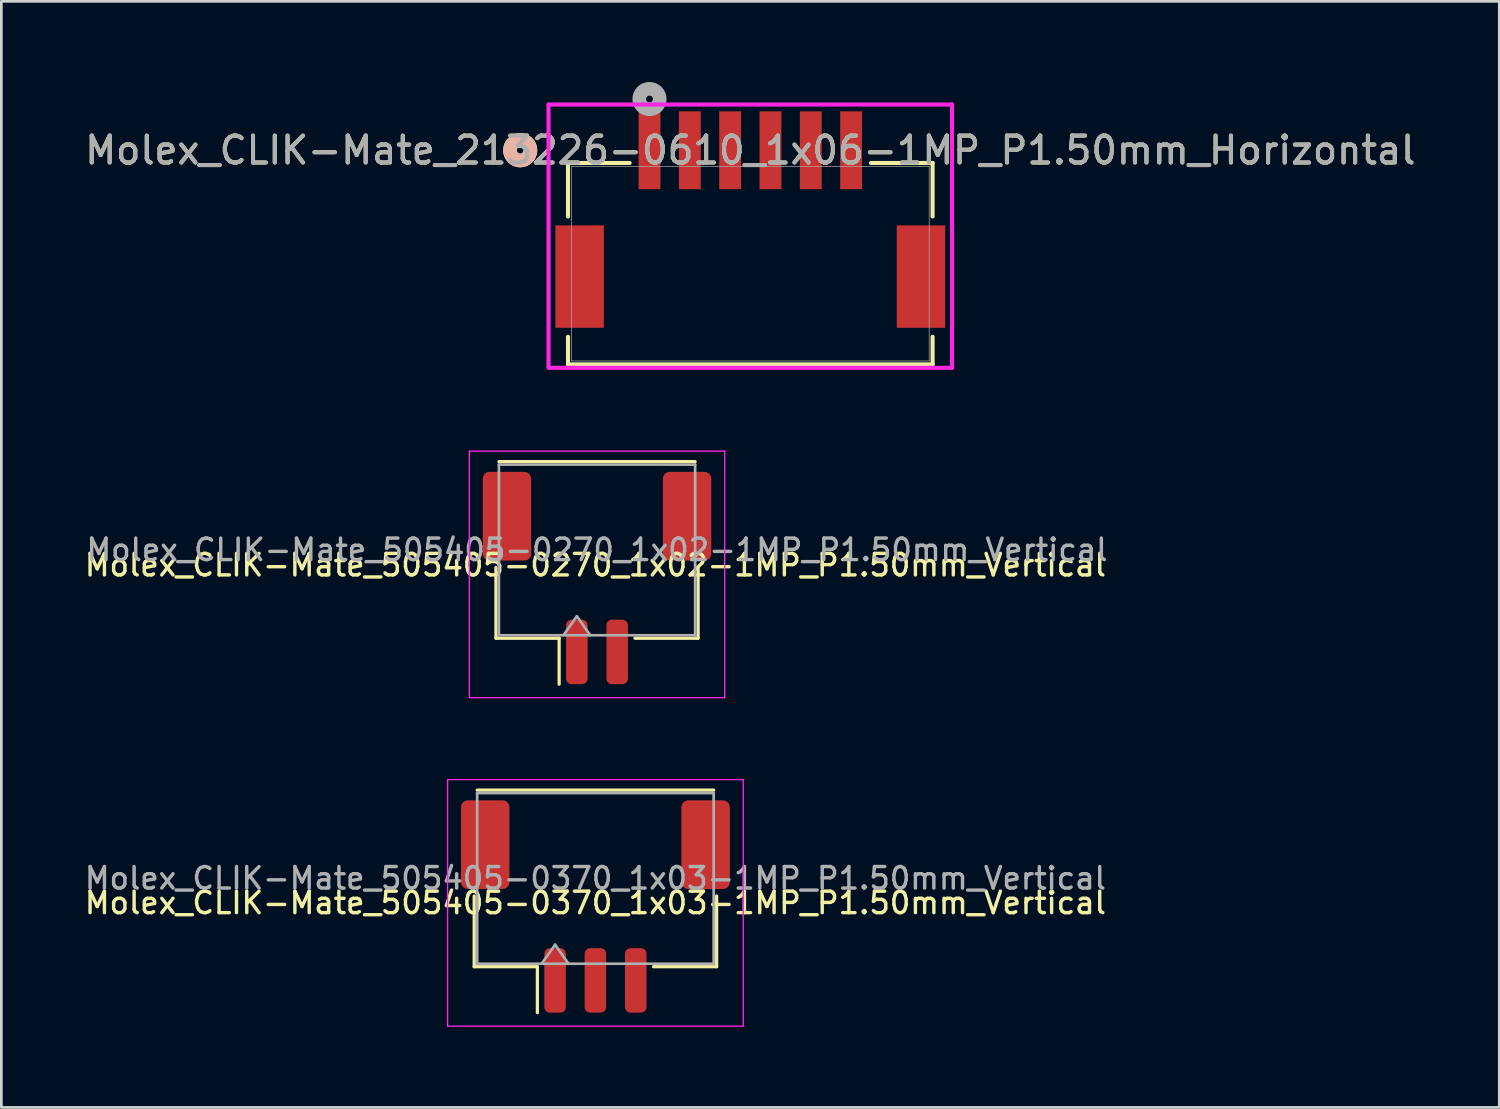
<source format=kicad_pcb>
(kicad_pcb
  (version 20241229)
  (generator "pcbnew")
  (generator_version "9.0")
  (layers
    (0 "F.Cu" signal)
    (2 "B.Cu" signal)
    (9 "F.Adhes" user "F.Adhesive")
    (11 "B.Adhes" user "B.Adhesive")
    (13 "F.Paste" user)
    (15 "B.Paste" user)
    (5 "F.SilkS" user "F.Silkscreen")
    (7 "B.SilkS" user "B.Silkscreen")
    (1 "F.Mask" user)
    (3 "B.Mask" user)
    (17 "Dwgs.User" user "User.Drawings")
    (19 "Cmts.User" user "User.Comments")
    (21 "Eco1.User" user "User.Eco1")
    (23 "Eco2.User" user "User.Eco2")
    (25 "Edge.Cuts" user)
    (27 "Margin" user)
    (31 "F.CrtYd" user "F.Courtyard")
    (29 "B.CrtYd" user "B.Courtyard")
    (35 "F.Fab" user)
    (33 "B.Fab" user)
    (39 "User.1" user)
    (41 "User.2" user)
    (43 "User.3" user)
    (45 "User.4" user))
  (footprint "Molex_CLIK-Mate_505405-0270_1x02-1MP_P1.50mm_Vertical"
    (layer "F.Cu")
    (at 19.161 18.454)
    (property "Reference" "Molex_CLIK-Mate_505405-0270_1x02-1MP_P1.50mm_Vertical" (at -0.06 -0.48 180) (layer "F.SilkS") (effects (font (size 0.8 0.8) (thickness 0.127))))
    (attr smd)
    (fp_line (start -3.76 -0.39) (end -3.76 2.24) (stroke (width 0.12) (type solid)) (layer "F.SilkS"))
    (fp_line (start -3.76 2.24) (end -1.41 2.24) (stroke (width 0.12) (type solid)) (layer "F.SilkS"))
    (fp_line (start -3.65 -4.33) (end 3.65 -4.33) (stroke (width 0.12) (type solid)) (layer "F.SilkS"))
    (fp_line (start -1.41 2.24) (end -1.41 3.95) (stroke (width 0.12) (type solid)) (layer "F.SilkS"))
    (fp_line (start 3.76 -0.39) (end 3.76 2.24) (stroke (width 0.12) (type solid)) (layer "F.SilkS"))
    (fp_line (start 3.76 2.24) (end 1.41 2.24) (stroke (width 0.12) (type solid)) (layer "F.SilkS"))
    (fp_line (start -4.75 -4.72) (end -4.75 4.45) (stroke (width 0.05) (type solid)) (layer "F.CrtYd"))
    (fp_line (start -4.75 4.45) (end 4.75 4.45) (stroke (width 0.05) (type solid)) (layer "F.CrtYd"))
    (fp_line (start 4.75 -4.72) (end -4.75 -4.72) (stroke (width 0.05) (type solid)) (layer "F.CrtYd"))
    (fp_line (start 4.75 4.45) (end 4.75 -4.72) (stroke (width 0.05) (type solid)) (layer "F.CrtYd"))
    (fp_line (start -3.65 -4.22) (end 3.65 -4.22) (stroke (width 0.1) (type solid)) (layer "F.Fab"))
    (fp_line (start -3.65 2.13) (end -3.65 -4.22) (stroke (width 0.1) (type solid)) (layer "F.Fab"))
    (fp_line (start -3.65 2.13) (end 3.65 2.13) (stroke (width 0.1) (type solid)) (layer "F.Fab"))
    (fp_line (start -1.25 2.13) (end -0.75 1.423) (stroke (width 0.1) (type solid)) (layer "F.Fab"))
    (fp_line (start -0.75 1.423) (end -0.25 2.13) (stroke (width 0.1) (type solid)) (layer "F.Fab"))
    (fp_line (start 3.65 2.13) (end 3.65 -4.22) (stroke (width 0.1) (type solid)) (layer "F.Fab"))
    (fp_text user "${REFERENCE}" (at 0 -1.05 180) (layer "F.Fab") (effects (font (size 0.8 0.8) (thickness 0.127))))
    (pad "1" smd roundrect (at -0.75 2.75) (size 0.8 2.4) (layers "F.Cu" "F.Mask" "F.Paste") (roundrect_rratio 0.25))
    (pad "2" smd roundrect (at 0.75 2.75) (size 0.8 2.4) (layers "F.Cu" "F.Mask" "F.Paste") (roundrect_rratio 0.25))
    (pad "MP" smd roundrect (at -3.35 -2.3) (size 1.8 3.3) (layers "F.Cu" "F.Mask" "F.Paste") (roundrect_rratio 0.139))
    (pad "MP" smd roundrect (at 3.35 -2.3) (size 1.8 3.3) (layers "F.Cu" "F.Mask" "F.Paste") (roundrect_rratio 0.139)))
  (footprint "Molex_CLIK-Mate_213226-0610_1x06-1MP_P1.50mm_Horizontal"
    (layer "F.Cu")
    (at 24.863 6.76)
    (property "Reference" "Molex_CLIK-Mate_213226-0610_1x06-1MP_P1.50mm_Horizontal" (at 0 -4.22 0) (unlocked yes) (layer "F.SilkS") (effects (font (size 1 1) (thickness 0.15))))
    (attr smd)
    (fp_line (start -6.782 -3.747) (end -6.782 -1.757) (stroke (width 0.152) (type solid)) (layer "F.SilkS"))
    (fp_line (start -6.782 2.718) (end -6.782 3.746) (stroke (width 0.152) (type solid)) (layer "F.SilkS"))
    (fp_line (start -6.782 3.746) (end 6.782 3.746) (stroke (width 0.152) (type solid)) (layer "F.SilkS"))
    (fp_line (start -4.489 -3.747) (end -6.782 -3.747) (stroke (width 0.152) (type solid)) (layer "F.SilkS"))
    (fp_line (start 6.782 -3.747) (end 4.489 -3.747) (stroke (width 0.152) (type solid)) (layer "F.SilkS"))
    (fp_line (start 6.782 -1.757) (end 6.782 -3.747) (stroke (width 0.152) (type solid)) (layer "F.SilkS"))
    (fp_line (start 6.782 3.746) (end 6.782 2.718) (stroke (width 0.152) (type solid)) (layer "F.SilkS"))
    (fp_circle (center -8.56 -4.22) (end -8.179 -4.22) (stroke (width 0.508) (type solid)) (fill no) (layer "F.SilkS"))
    (fp_circle (center -8.56 -4.22) (end -8.179 -4.22) (stroke (width 0.508) (type solid)) (fill no) (layer "B.SilkS"))
    (fp_line (start -7.506 -5.921) (end -7.506 3.873) (stroke (width 0.152) (type solid)) (layer "F.CrtYd"))
    (fp_line (start -7.506 3.873) (end 7.506 3.873) (stroke (width 0.152) (type solid)) (layer "F.CrtYd"))
    (fp_line (start 7.506 -5.921) (end -7.506 -5.921) (stroke (width 0.152) (type solid)) (layer "F.CrtYd"))
    (fp_line (start 7.506 3.873) (end 7.506 -5.921) (stroke (width 0.152) (type solid)) (layer "F.CrtYd"))
    (fp_line (start -6.655 -3.62) (end -6.655 3.619) (stroke (width 0.025) (type solid)) (layer "F.Fab"))
    (fp_line (start -6.655 3.619) (end 6.655 3.619) (stroke (width 0.025) (type solid)) (layer "F.Fab"))
    (fp_line (start 6.655 -3.62) (end -6.655 -3.62) (stroke (width 0.025) (type solid)) (layer "F.Fab"))
    (fp_line (start 6.655 3.619) (end 6.655 -3.62) (stroke (width 0.025) (type solid)) (layer "F.Fab"))
    (fp_circle (center -3.75 -6.125) (end -3.369 -6.125) (stroke (width 0.508) (type solid)) (fill no) (layer "F.Fab"))
    (fp_text user "${REFERENCE}" (at 0 -4.22 0) (unlocked yes) (layer "F.Fab") (effects (font (size 1 1) (thickness 0.15))))
    (pad "1" smd rect (at -3.75 -4.22) (size 0.813 2.896) (layers "F.Cu" "F.Mask" "F.Paste"))
    (pad "2" smd rect (at -2.25 -4.22) (size 0.813 2.896) (layers "F.Cu" "F.Mask" "F.Paste"))
    (pad "3" smd rect (at -0.75 -4.22) (size 0.813 2.896) (layers "F.Cu" "F.Mask" "F.Paste"))
    (pad "4" smd rect (at 0.75 -4.22) (size 0.813 2.896) (layers "F.Cu" "F.Mask" "F.Paste"))
    (pad "5" smd rect (at 2.25 -4.22) (size 0.813 2.896) (layers "F.Cu" "F.Mask" "F.Paste"))
    (pad "6" smd rect (at 3.75 -4.22) (size 0.813 2.896) (layers "F.Cu" "F.Mask" "F.Paste"))
    (pad "MP" smd rect (at -6.35 0.48) (size 1.803 3.81) (layers "F.Cu" "F.Mask" "F.Paste"))
    (pad "MP" smd rect (at 6.35 0.48) (size 1.803 3.81) (layers "F.Cu" "F.Mask" "F.Paste")))
  (footprint "Molex_CLIK-Mate_505405-0370_1x03-1MP_P1.50mm_Vertical"
    (layer "F.Cu")
    (at 19.101 30.674)
    (property "Reference" "Molex_CLIK-Mate_505405-0370_1x03-1MP_P1.50mm_Vertical" (at 0 -0.135 0) (layer "F.SilkS") (effects (font (size 0.8 0.8) (thickness 0.127))))
    (attr smd)
    (fp_line (start -4.51 -0.39) (end -4.51 2.24) (stroke (width 0.12) (type solid)) (layer "F.SilkS"))
    (fp_line (start -4.51 2.24) (end -2.16 2.24) (stroke (width 0.12) (type solid)) (layer "F.SilkS"))
    (fp_line (start -4.4 -4.33) (end 4.4 -4.33) (stroke (width 0.12) (type solid)) (layer "F.SilkS"))
    (fp_line (start -2.16 2.24) (end -2.16 3.95) (stroke (width 0.12) (type solid)) (layer "F.SilkS"))
    (fp_line (start 4.51 -0.39) (end 4.51 2.24) (stroke (width 0.12) (type solid)) (layer "F.SilkS"))
    (fp_line (start 4.51 2.24) (end 2.16 2.24) (stroke (width 0.12) (type solid)) (layer "F.SilkS"))
    (fp_line (start -5.5 -4.72) (end -5.5 4.45) (stroke (width 0.05) (type solid)) (layer "F.CrtYd"))
    (fp_line (start -5.5 4.45) (end 5.5 4.45) (stroke (width 0.05) (type solid)) (layer "F.CrtYd"))
    (fp_line (start 5.5 -4.72) (end -5.5 -4.72) (stroke (width 0.05) (type solid)) (layer "F.CrtYd"))
    (fp_line (start 5.5 4.45) (end 5.5 -4.72) (stroke (width 0.05) (type solid)) (layer "F.CrtYd"))
    (fp_line (start -4.4 -4.22) (end 4.4 -4.22) (stroke (width 0.1) (type solid)) (layer "F.Fab"))
    (fp_line (start -4.4 2.13) (end -4.4 -4.22) (stroke (width 0.1) (type solid)) (layer "F.Fab"))
    (fp_line (start -4.4 2.13) (end 4.4 2.13) (stroke (width 0.1) (type solid)) (layer "F.Fab"))
    (fp_line (start -2 2.13) (end -1.5 1.423) (stroke (width 0.1) (type solid)) (layer "F.Fab"))
    (fp_line (start -1.5 1.423) (end -1 2.13) (stroke (width 0.1) (type solid)) (layer "F.Fab"))
    (fp_line (start 4.4 2.13) (end 4.4 -4.22) (stroke (width 0.1) (type solid)) (layer "F.Fab"))
    (fp_text user "${REFERENCE}" (at 0 -1.05 0) (layer "F.Fab") (effects (font (size 0.8 0.8) (thickness 0.127))))
    (pad "1" smd roundrect (at -1.5 2.75) (size 0.8 2.4) (layers "F.Cu" "F.Mask" "F.Paste") (roundrect_rratio 0.25))
    (pad "2" smd roundrect (at 0 2.75) (size 0.8 2.4) (layers "F.Cu" "F.Mask" "F.Paste") (roundrect_rratio 0.25))
    (pad "3" smd roundrect (at 1.5 2.75) (size 0.8 2.4) (layers "F.Cu" "F.Mask" "F.Paste") (roundrect_rratio 0.25))
    (pad "MP" smd roundrect (at -4.1 -2.3) (size 1.8 3.3) (layers "F.Cu" "F.Mask" "F.Paste") (roundrect_rratio 0.139))
    (pad "MP" smd roundrect (at 4.1 -2.3) (size 1.8 3.3) (layers "F.Cu" "F.Mask" "F.Paste") (roundrect_rratio 0.139)))
  (gr_rect
    (start -3 -3)
    (end 52.726 38.149)
    (stroke (width 0.1) (type default))
    (fill no)
    (layer "Edge.Cuts")))
</source>
